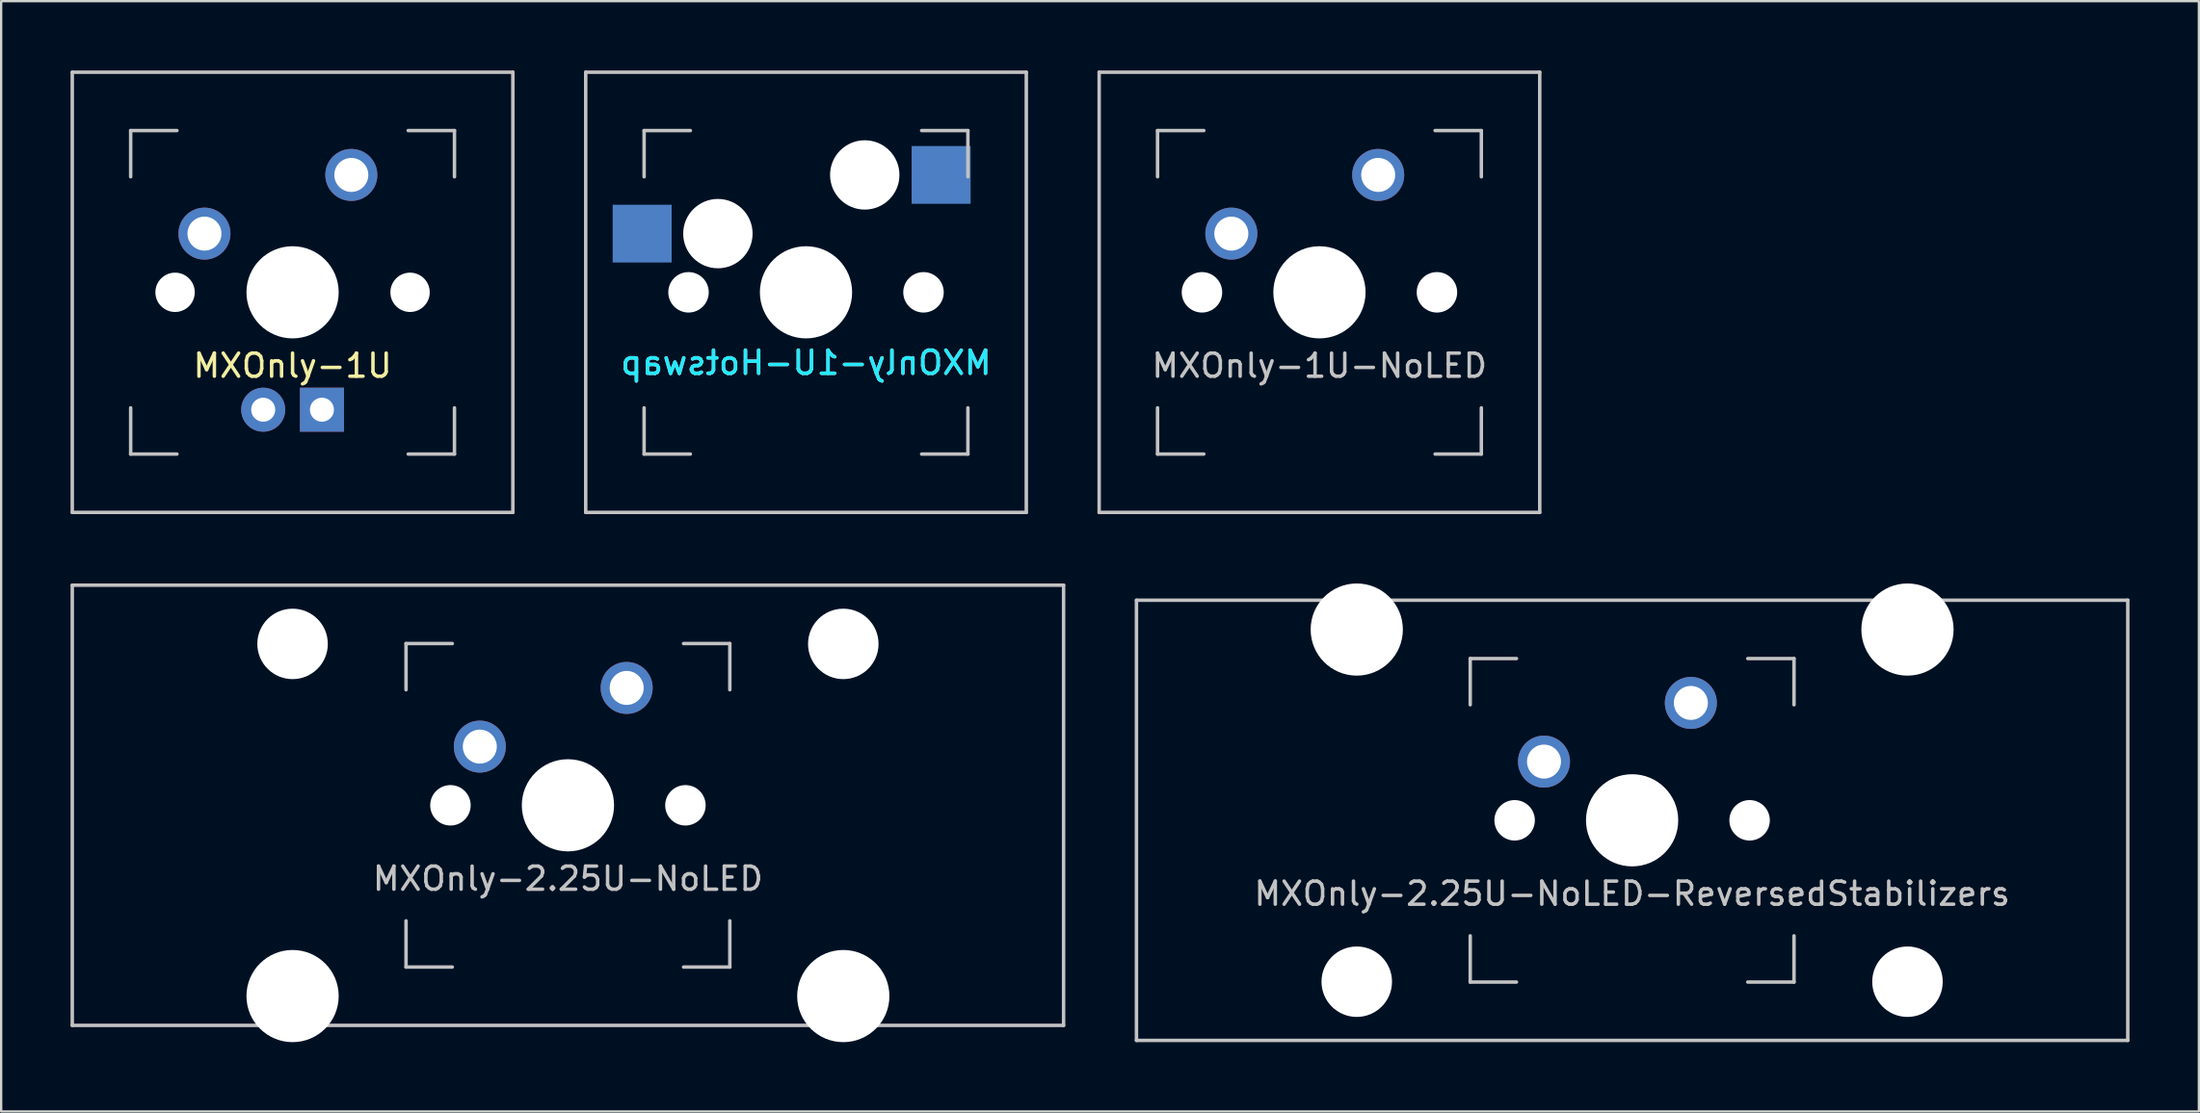
<source format=kicad_pcb>
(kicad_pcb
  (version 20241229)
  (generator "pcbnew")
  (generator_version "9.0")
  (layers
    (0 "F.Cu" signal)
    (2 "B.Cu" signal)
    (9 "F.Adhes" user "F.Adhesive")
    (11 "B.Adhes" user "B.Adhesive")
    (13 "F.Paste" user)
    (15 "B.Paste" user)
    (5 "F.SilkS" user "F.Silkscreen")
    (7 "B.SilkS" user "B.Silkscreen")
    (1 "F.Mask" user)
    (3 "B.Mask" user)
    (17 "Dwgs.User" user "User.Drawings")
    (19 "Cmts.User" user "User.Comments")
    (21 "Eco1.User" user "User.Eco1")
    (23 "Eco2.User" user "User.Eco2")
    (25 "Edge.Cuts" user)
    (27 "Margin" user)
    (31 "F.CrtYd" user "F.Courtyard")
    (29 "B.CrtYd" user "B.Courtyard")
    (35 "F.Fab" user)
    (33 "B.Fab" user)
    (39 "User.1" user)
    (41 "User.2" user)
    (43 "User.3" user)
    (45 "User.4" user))
  (footprint "MXOnly-1U-NoLED"
    (layer "F.Cu")
    (at 54 9.6)
    (property "Reference" "MXOnly-1U-NoLED" (at 0 3.175 0) (layer "Dwgs.User") (effects (font (size 1 1) (thickness 0.15))))
    (attr through_hole)
    (fp_line (start -9.525 -9.525) (end 9.525 -9.525) (stroke (width 0.15) (type solid)) (layer "Dwgs.User"))
    (fp_line (start -9.525 9.525) (end -9.525 -9.525) (stroke (width 0.15) (type solid)) (layer "Dwgs.User"))
    (fp_line (start -7 -7) (end -7 -5) (stroke (width 0.15) (type solid)) (layer "Dwgs.User"))
    (fp_line (start -7 5) (end -7 7) (stroke (width 0.15) (type solid)) (layer "Dwgs.User"))
    (fp_line (start -7 7) (end -5 7) (stroke (width 0.15) (type solid)) (layer "Dwgs.User"))
    (fp_line (start -5 -7) (end -7 -7) (stroke (width 0.15) (type solid)) (layer "Dwgs.User"))
    (fp_line (start 5 -7) (end 7 -7) (stroke (width 0.15) (type solid)) (layer "Dwgs.User"))
    (fp_line (start 5 7) (end 7 7) (stroke (width 0.15) (type solid)) (layer "Dwgs.User"))
    (fp_line (start 7 -7) (end 7 -5) (stroke (width 0.15) (type solid)) (layer "Dwgs.User"))
    (fp_line (start 7 7) (end 7 5) (stroke (width 0.15) (type solid)) (layer "Dwgs.User"))
    (fp_line (start 9.525 -9.525) (end 9.525 9.525) (stroke (width 0.15) (type solid)) (layer "Dwgs.User"))
    (fp_line (start 9.525 9.525) (end -9.525 9.525) (stroke (width 0.15) (type solid)) (layer "Dwgs.User"))
    (pad "" np_thru_hole circle (at -5.08 0 48.1) (size 1.75 1.75) (drill 1.75) (layers "*.Cu" "*.Mask"))
    (pad "" np_thru_hole circle (at 0 0) (size 3.988 3.988) (drill 3.988) (layers "*.Cu" "*.Mask"))
    (pad "" np_thru_hole circle (at 5.08 0 48.1) (size 1.75 1.75) (drill 1.75) (layers "*.Cu" "*.Mask"))
    (pad "1" thru_hole circle (at -3.81 -2.54) (size 2.25 2.25) (drill 1.47) (layers "*.Cu" "B.Mask"))
    (pad "2" thru_hole circle (at 2.54 -5.08) (size 2.25 2.25) (drill 1.47) (layers "*.Cu" "B.Mask")))
  (footprint "MXOnly-2.25U-NoLED-ReversedStabilizers"
    (layer "F.Cu")
    (at 67.519 32.449)
    (property "Reference" "MXOnly-2.25U-NoLED-ReversedStabilizers" (at 0 3.175 0) (layer "Dwgs.User") (effects (font (size 1 1) (thickness 0.15))))
    (attr through_hole)
    (fp_line (start -21.431 -9.525) (end 21.431 -9.525) (stroke (width 0.15) (type solid)) (layer "Dwgs.User"))
    (fp_line (start -21.431 9.525) (end -21.431 -9.525) (stroke (width 0.15) (type solid)) (layer "Dwgs.User"))
    (fp_line (start -21.431 9.525) (end 21.431 9.525) (stroke (width 0.15) (type solid)) (layer "Dwgs.User"))
    (fp_line (start -7 -7) (end -7 -5) (stroke (width 0.15) (type solid)) (layer "Dwgs.User"))
    (fp_line (start -7 5) (end -7 7) (stroke (width 0.15) (type solid)) (layer "Dwgs.User"))
    (fp_line (start -7 7) (end -5 7) (stroke (width 0.15) (type solid)) (layer "Dwgs.User"))
    (fp_line (start -5 -7) (end -7 -7) (stroke (width 0.15) (type solid)) (layer "Dwgs.User"))
    (fp_line (start 5 -7) (end 7 -7) (stroke (width 0.15) (type solid)) (layer "Dwgs.User"))
    (fp_line (start 5 7) (end 7 7) (stroke (width 0.15) (type solid)) (layer "Dwgs.User"))
    (fp_line (start 7 -7) (end 7 -5) (stroke (width 0.15) (type solid)) (layer "Dwgs.User"))
    (fp_line (start 7 7) (end 7 5) (stroke (width 0.15) (type solid)) (layer "Dwgs.User"))
    (fp_line (start 21.431 -9.525) (end 21.431 9.525) (stroke (width 0.15) (type solid)) (layer "Dwgs.User"))
    (pad "" np_thru_hole circle (at -11.906 -8.255) (size 3.988 3.988) (drill 3.988) (layers "*.Cu" "*.Mask"))
    (pad "" np_thru_hole circle (at -11.906 6.985) (size 3.048 3.048) (drill 3.048) (layers "*.Cu" "*.Mask"))
    (pad "" np_thru_hole circle (at -5.08 0 48.1) (size 1.75 1.75) (drill 1.75) (layers "*.Cu" "*.Mask"))
    (pad "" np_thru_hole circle (at 0 0) (size 3.988 3.988) (drill 3.988) (layers "*.Cu" "*.Mask"))
    (pad "" np_thru_hole circle (at 5.08 0 48.1) (size 1.75 1.75) (drill 1.75) (layers "*.Cu" "*.Mask"))
    (pad "" np_thru_hole circle (at 11.906 -8.255) (size 3.988 3.988) (drill 3.988) (layers "*.Cu" "*.Mask"))
    (pad "" np_thru_hole circle (at 11.906 6.985) (size 3.048 3.048) (drill 3.048) (layers "*.Cu" "*.Mask"))
    (pad "1" thru_hole circle (at -3.81 -2.54) (size 2.25 2.25) (drill 1.47) (layers "*.Cu" "B.Mask"))
    (pad "2" thru_hole circle (at 2.54 -5.08) (size 2.25 2.25) (drill 1.47) (layers "*.Cu" "B.Mask")))
  (footprint "MXOnly-1U"
    (layer "F.Cu")
    (at 9.6 9.6)
    (property "Reference" "MXOnly-1U" (at 0 3.175 0) (layer "F.SilkS") (effects (font (size 1 1) (thickness 0.15))))
    (attr through_hole)
    (fp_line (start -9.525 -9.525) (end 9.525 -9.525) (stroke (width 0.15) (type solid)) (layer "Dwgs.User"))
    (fp_line (start -9.525 9.525) (end -9.525 -9.525) (stroke (width 0.15) (type solid)) (layer "Dwgs.User"))
    (fp_line (start -7 -7) (end -7 -5) (stroke (width 0.15) (type solid)) (layer "Dwgs.User"))
    (fp_line (start -7 5) (end -7 7) (stroke (width 0.15) (type solid)) (layer "Dwgs.User"))
    (fp_line (start -7 7) (end -5 7) (stroke (width 0.15) (type solid)) (layer "Dwgs.User"))
    (fp_line (start -5 -7) (end -7 -7) (stroke (width 0.15) (type solid)) (layer "Dwgs.User"))
    (fp_line (start 5 -7) (end 7 -7) (stroke (width 0.15) (type solid)) (layer "Dwgs.User"))
    (fp_line (start 5 7) (end 7 7) (stroke (width 0.15) (type solid)) (layer "Dwgs.User"))
    (fp_line (start 7 -7) (end 7 -5) (stroke (width 0.15) (type solid)) (layer "Dwgs.User"))
    (fp_line (start 7 7) (end 7 5) (stroke (width 0.15) (type solid)) (layer "Dwgs.User"))
    (fp_line (start 9.525 -9.525) (end 9.525 9.525) (stroke (width 0.15) (type solid)) (layer "Dwgs.User"))
    (fp_line (start 9.525 9.525) (end -9.525 9.525) (stroke (width 0.15) (type solid)) (layer "Dwgs.User"))
    (pad "" np_thru_hole circle (at -5.08 0 48.1) (size 1.702 1.702) (drill 1.702) (layers "*.Cu" "*.Mask"))
    (pad "" np_thru_hole circle (at 0 0) (size 3.988 3.988) (drill 3.988) (layers "*.Cu" "*.Mask"))
    (pad "" np_thru_hole circle (at 5.08 0 48.1) (size 1.702 1.702) (drill 1.702) (layers "*.Cu" "*.Mask"))
    (pad "1" thru_hole circle (at -3.81 -2.54) (size 2.25 2.25) (drill 1.47) (layers "*.Cu" "*.Mask"))
    (pad "2" thru_hole circle (at 2.54 -5.08) (size 2.25 2.25) (drill 1.47) (layers "*.Cu" "*.Mask"))
    (pad "3" thru_hole circle (at -1.27 5.08) (size 1.905 1.905) (drill 1.04) (layers "*.Cu" "*.Mask"))
    (pad "4" thru_hole rect (at 1.27 5.08) (size 1.905 1.905) (drill 1.04) (layers "*.Cu" "*.Mask")))
  (footprint "MXOnly-1U-Hotswap"
    (layer "F.Cu")
    (at 31.8 9.6)
    (property "Reference" "MXOnly-1U-Hotswap" (at 0 3.048 0) (layer "B.CrtYd") (effects (font (size 1 1) (thickness 0.15)) (justify mirror)))
    (attr smd)
    (fp_line (start -9.525 -9.525) (end 9.525 -9.525) (stroke (width 0.15) (type solid)) (layer "Dwgs.User"))
    (fp_line (start -9.525 9.525) (end -9.525 -9.525) (stroke (width 0.15) (type solid)) (layer "Dwgs.User"))
    (fp_line (start -7 -7) (end -7 -5) (stroke (width 0.15) (type solid)) (layer "Dwgs.User"))
    (fp_line (start -7 5) (end -7 7) (stroke (width 0.15) (type solid)) (layer "Dwgs.User"))
    (fp_line (start -7 7) (end -5 7) (stroke (width 0.15) (type solid)) (layer "Dwgs.User"))
    (fp_line (start -5 -7) (end -7 -7) (stroke (width 0.15) (type solid)) (layer "Dwgs.User"))
    (fp_line (start 5 -7) (end 7 -7) (stroke (width 0.15) (type solid)) (layer "Dwgs.User"))
    (fp_line (start 5 7) (end 7 7) (stroke (width 0.15) (type solid)) (layer "Dwgs.User"))
    (fp_line (start 7 -7) (end 7 -5) (stroke (width 0.15) (type solid)) (layer "Dwgs.User"))
    (fp_line (start 7 7) (end 7 5) (stroke (width 0.15) (type solid)) (layer "Dwgs.User"))
    (fp_line (start 9.525 -9.525) (end 9.525 9.525) (stroke (width 0.15) (type solid)) (layer "Dwgs.User"))
    (fp_line (start 9.525 9.525) (end -9.525 9.525) (stroke (width 0.15) (type solid)) (layer "Dwgs.User"))
    (fp_text user "${REFERENCE}" (at 0 3.048 0) (layer "B.SilkS") (effects (font (size 1 1) (thickness 0.15)) (justify mirror)))
    (pad "" np_thru_hole circle (at -5.08 0 48.1) (size 1.75 1.75) (drill 1.75) (layers "*.Cu" "*.Mask"))
    (pad "" np_thru_hole circle (at -3.81 -2.54) (size 3 3) (drill 3) (layers "*.Cu" "*.Mask"))
    (pad "" np_thru_hole circle (at 0 0) (size 3.988 3.988) (drill 3.988) (layers "*.Cu" "*.Mask"))
    (pad "" np_thru_hole circle (at 2.54 -5.08) (size 3 3) (drill 3) (layers "*.Cu" "*.Mask"))
    (pad "" np_thru_hole circle (at 5.08 0 48.1) (size 1.75 1.75) (drill 1.75) (layers "*.Cu" "*.Mask"))
    (pad "1" smd rect (at -7.085 -2.54) (size 2.55 2.5) (layers "B.Cu" "B.Mask" "B.Paste"))
    (pad "2" smd rect (at 5.842 -5.08) (size 2.55 2.5) (layers "B.Cu" "B.Mask" "B.Paste")))
  (footprint "MXOnly-2.25U-NoLED"
    (layer "F.Cu")
    (at 21.506 31.8)
    (property "Reference" "MXOnly-2.25U-NoLED" (at 0 3.175 0) (layer "Dwgs.User") (effects (font (size 1 1) (thickness 0.15))))
    (attr through_hole)
    (fp_line (start -21.431 -9.525) (end 21.431 -9.525) (stroke (width 0.15) (type solid)) (layer "Dwgs.User"))
    (fp_line (start -21.431 9.525) (end -21.431 -9.525) (stroke (width 0.15) (type solid)) (layer "Dwgs.User"))
    (fp_line (start -21.431 9.525) (end 21.431 9.525) (stroke (width 0.15) (type solid)) (layer "Dwgs.User"))
    (fp_line (start -7 -7) (end -7 -5) (stroke (width 0.15) (type solid)) (layer "Dwgs.User"))
    (fp_line (start -7 5) (end -7 7) (stroke (width 0.15) (type solid)) (layer "Dwgs.User"))
    (fp_line (start -7 7) (end -5 7) (stroke (width 0.15) (type solid)) (layer "Dwgs.User"))
    (fp_line (start -5 -7) (end -7 -7) (stroke (width 0.15) (type solid)) (layer "Dwgs.User"))
    (fp_line (start 5 -7) (end 7 -7) (stroke (width 0.15) (type solid)) (layer "Dwgs.User"))
    (fp_line (start 5 7) (end 7 7) (stroke (width 0.15) (type solid)) (layer "Dwgs.User"))
    (fp_line (start 7 -7) (end 7 -5) (stroke (width 0.15) (type solid)) (layer "Dwgs.User"))
    (fp_line (start 7 7) (end 7 5) (stroke (width 0.15) (type solid)) (layer "Dwgs.User"))
    (fp_line (start 21.431 -9.525) (end 21.431 9.525) (stroke (width 0.15) (type solid)) (layer "Dwgs.User"))
    (pad "" np_thru_hole circle (at -11.906 -6.985) (size 3.048 3.048) (drill 3.048) (layers "*.Cu" "*.Mask"))
    (pad "" np_thru_hole circle (at -11.906 8.255) (size 3.988 3.988) (drill 3.988) (layers "*.Cu" "*.Mask"))
    (pad "" np_thru_hole circle (at -5.08 0 48.1) (size 1.75 1.75) (drill 1.75) (layers "*.Cu" "*.Mask"))
    (pad "" np_thru_hole circle (at 0 0) (size 3.988 3.988) (drill 3.988) (layers "*.Cu" "*.Mask"))
    (pad "" np_thru_hole circle (at 5.08 0 48.1) (size 1.75 1.75) (drill 1.75) (layers "*.Cu" "*.Mask"))
    (pad "" np_thru_hole circle (at 11.906 -6.985) (size 3.048 3.048) (drill 3.048) (layers "*.Cu" "*.Mask"))
    (pad "" np_thru_hole circle (at 11.906 8.255) (size 3.988 3.988) (drill 3.988) (layers "*.Cu" "*.Mask"))
    (pad "1" thru_hole circle (at -3.81 -2.54) (size 2.25 2.25) (drill 1.47) (layers "*.Cu" "B.Mask"))
    (pad "2" thru_hole circle (at 2.54 -5.08) (size 2.25 2.25) (drill 1.47) (layers "*.Cu" "B.Mask")))
  (gr_rect
    (start -3 -3)
    (end 92.025 45.049)
    (stroke (width 0.1) (type default))
    (fill no)
    (layer "Edge.Cuts")))
</source>
